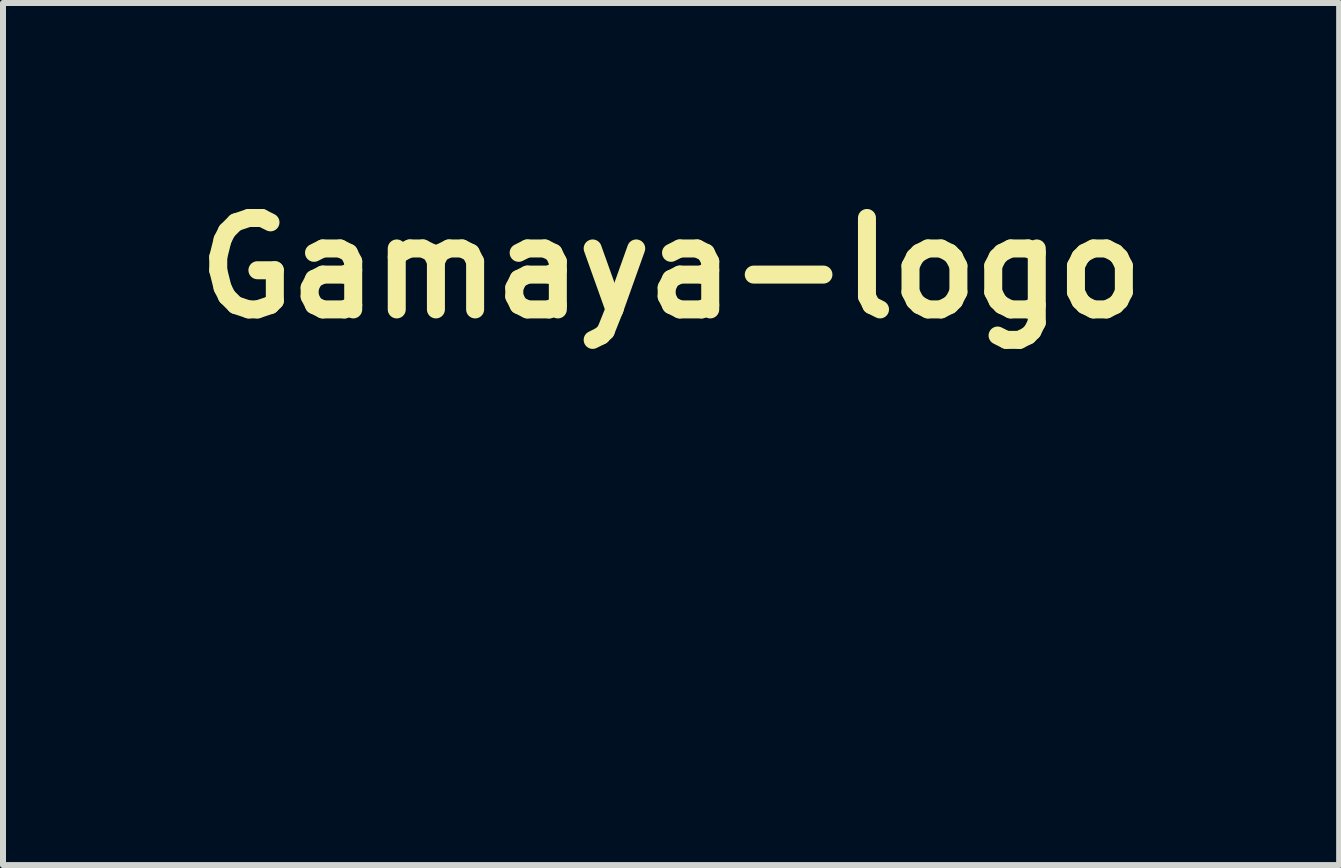
<source format=kicad_pcb>
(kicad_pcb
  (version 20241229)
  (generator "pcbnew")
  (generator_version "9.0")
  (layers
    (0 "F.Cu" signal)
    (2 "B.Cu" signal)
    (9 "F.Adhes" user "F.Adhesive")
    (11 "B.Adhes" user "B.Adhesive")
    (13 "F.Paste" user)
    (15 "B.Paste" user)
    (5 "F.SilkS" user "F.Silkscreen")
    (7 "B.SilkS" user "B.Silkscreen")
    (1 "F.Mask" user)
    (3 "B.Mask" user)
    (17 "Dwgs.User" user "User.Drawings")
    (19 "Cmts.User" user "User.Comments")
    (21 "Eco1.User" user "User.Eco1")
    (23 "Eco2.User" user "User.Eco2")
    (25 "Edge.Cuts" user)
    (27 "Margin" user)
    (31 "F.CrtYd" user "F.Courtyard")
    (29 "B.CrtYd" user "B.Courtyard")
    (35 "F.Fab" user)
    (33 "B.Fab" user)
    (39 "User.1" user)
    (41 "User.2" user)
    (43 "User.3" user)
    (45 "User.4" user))
  (footprint "Gamaya-logo"
    (layer "F.Cu")
    (at 8.185 5.418)
    (property "Reference" "Gamaya-logo" (at -0.05 -4 0) (layer "F.SilkS") (effects (font (size 1.524 1.524) (thickness 0.3))))
    (attr through_hole)
    (fp_poly (pts (xy -5.021 -2.942) (xy -5.025 -2.938) (xy -5.029 -2.942) (xy -5.025 -2.946) (xy -5.021 -2.942)) (stroke (width 0.01) (type solid)) (fill yes) (layer "F.Mask"))
    (fp_poly (pts (xy -5.021 2.942) (xy -5.025 2.946) (xy -5.029 2.942) (xy -5.025 2.938) (xy -5.021 2.942)) (stroke (width 0.01) (type solid)) (fill yes) (layer "F.Mask"))
    (fp_poly (pts (xy 5.029 -2.942) (xy 5.025 -2.938) (xy 5.021 -2.942) (xy 5.025 -2.946) (xy 5.029 -2.942)) (stroke (width 0.01) (type solid)) (fill yes) (layer "F.Mask"))
    (fp_poly (pts (xy -1.717 -0.952) (xy -1.694 -0.94) (xy -1.658 -0.921) (xy -1.612 -0.894) (xy -1.557 -0.862) (xy -1.494 -0.825) (xy -1.423 -0.784) (xy -1.348 -0.739) (xy -1.267 -0.691) (xy -1.246 -0.678) (xy -1.153 -0.622) (xy -1.055 -0.563) (xy -0.953 -0.503) (xy -0.852 -0.443) (xy -0.753 -0.384) (xy -0.659 -0.328) (xy -0.573 -0.277) (xy -0.497 -0.233) (xy -0.461 -0.212) (xy -0.393 -0.172) (xy -0.329 -0.134) (xy -0.27 -0.099) (xy -0.219 -0.068) (xy -0.176 -0.041) (xy -0.143 -0.021) (xy -0.123 -0.007) (xy -0.117 -0.002) (xy -0.104 0.01) (xy -0.094 0.021) (xy -0.086 0.035) (xy -0.08 0.051) (xy -0.075 0.072) (xy -0.072 0.1) (xy -0.07 0.137) (xy -0.069 0.184) (xy -0.068 0.243) (xy -0.068 0.316) (xy -0.068 0.374) (xy -0.068 0.457) (xy -0.068 0.524) (xy -0.069 0.577) (xy -0.07 0.618) (xy -0.072 0.648) (xy -0.075 0.669) (xy -0.078 0.683) (xy -0.083 0.691) (xy -0.089 0.694) (xy -0.093 0.694) (xy -0.103 0.691) (xy -0.121 0.681) (xy -0.13 0.677) (xy -0.149 0.666) (xy -0.18 0.647) (xy -0.223 0.62) (xy -0.276 0.587) (xy -0.336 0.548) (xy -0.404 0.505) (xy -0.476 0.458) (xy -0.553 0.409) (xy -0.632 0.358) (xy -0.712 0.306) (xy -0.791 0.254) (xy -0.869 0.204) (xy -0.943 0.156) (xy -1.011 0.11) (xy -1.074 0.069) (xy -1.128 0.033) (xy -1.174 0.003) (xy -1.208 -0.02) (xy -1.23 -0.036) (xy -1.232 -0.038) (xy -1.318 -0.107) (xy -1.394 -0.177) (xy -1.46 -0.25) (xy -1.518 -0.328) (xy -1.569 -0.414) (xy -1.615 -0.509) (xy -1.656 -0.616) (xy -1.695 -0.736) (xy -1.714 -0.805) (xy -1.729 -0.859) (xy -1.738 -0.899) (xy -1.743 -0.926) (xy -1.743 -0.944) (xy -1.739 -0.953) (xy -1.73 -0.957) (xy -1.727 -0.957) (xy -1.717 -0.952)) (stroke (width 0.01) (type solid)) (fill yes) (layer "F.Mask"))
    (fp_poly (pts (xy 1.737 -0.954) (xy 1.742 -0.946) (xy 1.743 -0.929) (xy 1.739 -0.902) (xy 1.73 -0.863) (xy 1.718 -0.819) (xy 1.68 -0.687) (xy 1.639 -0.57) (xy 1.594 -0.465) (xy 1.545 -0.373) (xy 1.491 -0.289) (xy 1.43 -0.214) (xy 1.385 -0.166) (xy 1.362 -0.143) (xy 1.335 -0.12) (xy 1.305 -0.094) (xy 1.269 -0.067) (xy 1.228 -0.036) (xy 1.179 -0.001) (xy 1.122 0.038) (xy 1.056 0.082) (xy 0.98 0.133) (xy 0.893 0.19) (xy 0.793 0.255) (xy 0.68 0.327) (xy 0.673 0.332) (xy 0.569 0.399) (xy 0.478 0.457) (xy 0.4 0.508) (xy 0.333 0.551) (xy 0.276 0.587) (xy 0.229 0.616) (xy 0.191 0.64) (xy 0.16 0.659) (xy 0.136 0.673) (xy 0.118 0.683) (xy 0.105 0.689) (xy 0.096 0.692) (xy 0.09 0.693) (xy 0.085 0.692) (xy 0.082 0.689) (xy 0.08 0.686) (xy 0.078 0.684) (xy 0.075 0.676) (xy 0.073 0.659) (xy 0.071 0.63) (xy 0.069 0.59) (xy 0.068 0.536) (xy 0.068 0.467) (xy 0.068 0.383) (xy 0.068 0.374) (xy 0.068 0.291) (xy 0.068 0.222) (xy 0.069 0.167) (xy 0.07 0.124) (xy 0.073 0.09) (xy 0.077 0.065) (xy 0.082 0.045) (xy 0.089 0.03) (xy 0.097 0.018) (xy 0.108 0.006) (xy 0.117 -0.002) (xy 0.129 -0.011) (xy 0.154 -0.027) (xy 0.19 -0.05) (xy 0.237 -0.078) (xy 0.291 -0.111) (xy 0.352 -0.148) (xy 0.418 -0.186) (xy 0.461 -0.212) (xy 0.53 -0.253) (xy 0.611 -0.3) (xy 0.701 -0.353) (xy 0.798 -0.411) (xy 0.898 -0.47) (xy 1 -0.531) (xy 1.1 -0.591) (xy 1.197 -0.649) (xy 1.247 -0.678) (xy 1.328 -0.727) (xy 1.405 -0.773) (xy 1.477 -0.815) (xy 1.542 -0.853) (xy 1.599 -0.887) (xy 1.648 -0.914) (xy 1.686 -0.936) (xy 1.712 -0.95) (xy 1.726 -0.956) (xy 1.727 -0.957) (xy 1.737 -0.954)) (stroke (width 0.01) (type solid)) (fill yes) (layer "F.Mask"))
    (fp_poly (pts (xy 2.014 -2.085) (xy 2.019 -2.065) (xy 2.017 -2.031) (xy 2.007 -1.983) (xy 2.002 -1.967) (xy 1.956 -1.806) (xy 1.906 -1.66) (xy 1.854 -1.528) (xy 1.797 -1.408) (xy 1.735 -1.299) (xy 1.667 -1.199) (xy 1.593 -1.106) (xy 1.52 -1.028) (xy 1.489 -0.997) (xy 1.457 -0.968) (xy 1.423 -0.939) (xy 1.387 -0.91) (xy 1.346 -0.88) (xy 1.301 -0.849) (xy 1.25 -0.816) (xy 1.191 -0.779) (xy 1.125 -0.739) (xy 1.049 -0.696) (xy 0.963 -0.647) (xy 0.865 -0.593) (xy 0.756 -0.532) (xy 0.633 -0.465) (xy 0.567 -0.43) (xy 0.502 -0.394) (xy 0.438 -0.359) (xy 0.377 -0.326) (xy 0.322 -0.296) (xy 0.275 -0.27) (xy 0.239 -0.25) (xy 0.224 -0.241) (xy 0.174 -0.214) (xy 0.136 -0.197) (xy 0.108 -0.189) (xy 0.089 -0.19) (xy 0.078 -0.196) (xy 0.076 -0.202) (xy 0.074 -0.216) (xy 0.072 -0.239) (xy 0.071 -0.272) (xy 0.069 -0.317) (xy 0.069 -0.373) (xy 0.068 -0.443) (xy 0.068 -0.528) (xy 0.068 -0.628) (xy 0.068 -0.634) (xy 0.068 -0.73) (xy 0.068 -0.811) (xy 0.068 -0.878) (xy 0.069 -0.932) (xy 0.069 -0.975) (xy 0.07 -1.009) (xy 0.071 -1.035) (xy 0.073 -1.055) (xy 0.075 -1.069) (xy 0.078 -1.081) (xy 0.082 -1.09) (xy 0.085 -1.098) (xy 0.102 -1.125) (xy 0.123 -1.15) (xy 0.129 -1.156) (xy 0.139 -1.162) (xy 0.164 -1.176) (xy 0.201 -1.195) (xy 0.25 -1.22) (xy 0.31 -1.251) (xy 0.379 -1.286) (xy 0.456 -1.325) (xy 0.54 -1.368) (xy 0.63 -1.413) (xy 0.726 -1.461) (xy 0.825 -1.511) (xy 0.926 -1.562) (xy 1.03 -1.613) (xy 1.133 -1.665) (xy 1.236 -1.716) (xy 1.337 -1.766) (xy 1.435 -1.815) (xy 1.529 -1.862) (xy 1.617 -1.905) (xy 1.699 -1.946) (xy 1.774 -1.983) (xy 1.84 -2.015) (xy 1.897 -2.042) (xy 1.942 -2.064) (xy 1.975 -2.08) (xy 1.996 -2.089) (xy 2.002 -2.091) (xy 2.014 -2.085)) (stroke (width 0.01) (type solid)) (fill yes) (layer "F.Mask"))
    (fp_poly (pts (xy -1.917 -2.056) (xy -1.914 -2.055) (xy -1.9 -2.05) (xy -1.872 -2.037) (xy -1.831 -2.018) (xy -1.778 -1.993) (xy -1.714 -1.962) (xy -1.64 -1.927) (xy -1.557 -1.886) (xy -1.466 -1.842) (xy -1.368 -1.794) (xy -1.264 -1.743) (xy -1.156 -1.689) (xy -1.043 -1.634) (xy -0.928 -1.576) (xy -0.811 -1.518) (xy -0.693 -1.46) (xy -0.575 -1.401) (xy -0.566 -1.396) (xy -0.47 -1.348) (xy -0.389 -1.307) (xy -0.32 -1.272) (xy -0.263 -1.242) (xy -0.216 -1.217) (xy -0.179 -1.196) (xy -0.15 -1.177) (xy -0.127 -1.161) (xy -0.111 -1.146) (xy -0.099 -1.133) (xy -0.09 -1.119) (xy -0.084 -1.104) (xy -0.079 -1.088) (xy -0.078 -1.085) (xy -0.075 -1.069) (xy -0.073 -1.038) (xy -0.071 -0.995) (xy -0.07 -0.942) (xy -0.069 -0.881) (xy -0.068 -0.813) (xy -0.067 -0.74) (xy -0.067 -0.665) (xy -0.067 -0.589) (xy -0.067 -0.515) (xy -0.068 -0.444) (xy -0.069 -0.378) (xy -0.07 -0.319) (xy -0.072 -0.27) (xy -0.074 -0.232) (xy -0.076 -0.207) (xy -0.078 -0.196) (xy -0.098 -0.187) (xy -0.126 -0.19) (xy -0.144 -0.197) (xy -0.158 -0.205) (xy -0.185 -0.22) (xy -0.219 -0.239) (xy -0.26 -0.261) (xy -0.288 -0.277) (xy -0.33 -0.3) (xy -0.384 -0.33) (xy -0.445 -0.363) (xy -0.509 -0.398) (xy -0.574 -0.433) (xy -0.618 -0.457) (xy -0.75 -0.529) (xy -0.869 -0.594) (xy -0.974 -0.653) (xy -1.068 -0.707) (xy -1.15 -0.756) (xy -1.223 -0.801) (xy -1.288 -0.843) (xy -1.345 -0.883) (xy -1.396 -0.921) (xy -1.441 -0.959) (xy -1.482 -0.996) (xy -1.521 -1.035) (xy -1.557 -1.075) (xy -1.592 -1.117) (xy -1.627 -1.163) (xy -1.642 -1.183) (xy -1.735 -1.322) (xy -1.817 -1.473) (xy -1.886 -1.633) (xy -1.926 -1.747) (xy -1.943 -1.801) (xy -1.957 -1.857) (xy -1.97 -1.909) (xy -1.979 -1.956) (xy -1.985 -1.995) (xy -1.987 -2.022) (xy -1.986 -2.03) (xy -1.973 -2.05) (xy -1.949 -2.059) (xy -1.917 -2.056)) (stroke (width 0.01) (type solid)) (fill yes) (layer "F.Mask"))
    (fp_poly (pts (xy 3.318 1.211) (xy 3.361 1.212) (xy 3.391 1.213) (xy 3.411 1.215) (xy 3.422 1.219) (xy 3.426 1.223) (xy 3.423 1.232) (xy 3.412 1.255) (xy 3.396 1.291) (xy 3.373 1.338) (xy 3.345 1.395) (xy 3.312 1.46) (xy 3.275 1.534) (xy 3.235 1.614) (xy 3.191 1.699) (xy 3.161 1.758) (xy 2.891 2.282) (xy 2.889 2.582) (xy 2.888 2.676) (xy 2.886 2.753) (xy 2.885 2.814) (xy 2.882 2.857) (xy 2.88 2.884) (xy 2.877 2.893) (xy 2.865 2.897) (xy 2.84 2.901) (xy 2.805 2.903) (xy 2.763 2.905) (xy 2.718 2.905) (xy 2.675 2.904) (xy 2.635 2.903) (xy 2.602 2.9) (xy 2.581 2.896) (xy 2.575 2.893) (xy 2.572 2.881) (xy 2.57 2.852) (xy 2.568 2.807) (xy 2.566 2.744) (xy 2.565 2.665) (xy 2.564 2.573) (xy 2.561 2.265) (xy 2.296 1.754) (xy 2.251 1.667) (xy 2.209 1.585) (xy 2.17 1.508) (xy 2.135 1.438) (xy 2.103 1.376) (xy 2.077 1.323) (xy 2.057 1.28) (xy 2.042 1.25) (xy 2.035 1.232) (xy 2.034 1.229) (xy 2.037 1.224) (xy 2.044 1.22) (xy 2.059 1.217) (xy 2.083 1.216) (xy 2.118 1.214) (xy 2.167 1.213) (xy 2.196 1.213) (xy 2.254 1.212) (xy 2.296 1.212) (xy 2.327 1.213) (xy 2.347 1.215) (xy 2.361 1.218) (xy 2.369 1.222) (xy 2.371 1.224) (xy 2.378 1.234) (xy 2.393 1.258) (xy 2.413 1.293) (xy 2.439 1.337) (xy 2.469 1.39) (xy 2.502 1.45) (xy 2.537 1.514) (xy 2.546 1.53) (xy 2.581 1.594) (xy 2.615 1.655) (xy 2.645 1.708) (xy 2.672 1.754) (xy 2.693 1.791) (xy 2.709 1.816) (xy 2.718 1.828) (xy 2.719 1.829) (xy 2.737 1.831) (xy 2.745 1.826) (xy 2.752 1.817) (xy 2.766 1.794) (xy 2.786 1.76) (xy 2.811 1.715) (xy 2.84 1.663) (xy 2.873 1.604) (xy 2.907 1.54) (xy 2.914 1.528) (xy 2.949 1.464) (xy 2.982 1.403) (xy 3.012 1.349) (xy 3.038 1.302) (xy 3.059 1.265) (xy 3.075 1.239) (xy 3.083 1.226) (xy 3.084 1.226) (xy 3.091 1.22) (xy 3.101 1.216) (xy 3.117 1.214) (xy 3.142 1.212) (xy 3.177 1.211) (xy 3.226 1.211) (xy 3.26 1.211) (xy 3.318 1.211)) (stroke (width 0.01) (type solid)) (fill yes) (layer "F.Mask"))
    (fp_poly (pts (xy -2.39 1.213) (xy -2.374 1.221) (xy -2.366 1.231) (xy -2.359 1.244) (xy -2.346 1.271) (xy -2.326 1.31) (xy -2.302 1.361) (xy -2.273 1.421) (xy -2.24 1.491) (xy -2.203 1.568) (xy -2.163 1.652) (xy -2.121 1.741) (xy -2.077 1.834) (xy -2.032 1.93) (xy -1.986 2.027) (xy -1.94 2.125) (xy -1.895 2.222) (xy -1.85 2.317) (xy -1.807 2.409) (xy -1.767 2.497) (xy -1.729 2.579) (xy -1.694 2.654) (xy -1.663 2.721) (xy -1.637 2.778) (xy -1.615 2.826) (xy -1.6 2.861) (xy -1.59 2.884) (xy -1.587 2.893) (xy -1.592 2.897) (xy -1.604 2.9) (xy -1.626 2.902) (xy -1.659 2.903) (xy -1.706 2.904) (xy -1.756 2.904) (xy -1.922 2.904) (xy -1.935 2.883) (xy -1.941 2.872) (xy -1.953 2.847) (xy -1.972 2.809) (xy -1.995 2.761) (xy -2.023 2.702) (xy -2.055 2.635) (xy -2.09 2.56) (xy -2.128 2.48) (xy -2.168 2.396) (xy -2.173 2.386) (xy -2.212 2.302) (xy -2.25 2.221) (xy -2.286 2.147) (xy -2.318 2.079) (xy -2.347 2.02) (xy -2.371 1.971) (xy -2.391 1.933) (xy -2.404 1.907) (xy -2.411 1.895) (xy -2.411 1.894) (xy -2.425 1.885) (xy -2.437 1.888) (xy -2.44 1.89) (xy -2.446 1.899) (xy -2.459 1.922) (xy -2.478 1.958) (xy -2.503 2.005) (xy -2.533 2.061) (xy -2.567 2.127) (xy -2.605 2.2) (xy -2.645 2.278) (xy -2.688 2.362) (xy -2.701 2.388) (xy -2.744 2.472) (xy -2.785 2.553) (xy -2.824 2.628) (xy -2.859 2.696) (xy -2.89 2.756) (xy -2.917 2.806) (xy -2.938 2.846) (xy -2.952 2.874) (xy -2.961 2.888) (xy -2.962 2.889) (xy -2.968 2.894) (xy -2.977 2.898) (xy -2.993 2.901) (xy -3.017 2.903) (xy -3.051 2.904) (xy -3.099 2.904) (xy -3.137 2.904) (xy -3.188 2.904) (xy -3.233 2.903) (xy -3.269 2.902) (xy -3.294 2.9) (xy -3.305 2.899) (xy -3.305 2.898) (xy -3.31 2.886) (xy -3.31 2.882) (xy -3.307 2.873) (xy -3.296 2.851) (xy -3.278 2.815) (xy -3.255 2.768) (xy -3.226 2.711) (xy -3.193 2.644) (xy -3.155 2.57) (xy -3.114 2.489) (xy -3.07 2.402) (xy -3.024 2.311) (xy -2.976 2.217) (xy -2.927 2.12) (xy -2.878 2.023) (xy -2.828 1.927) (xy -2.78 1.831) (xy -2.732 1.739) (xy -2.687 1.651) (xy -2.644 1.567) (xy -2.605 1.49) (xy -2.569 1.421) (xy -2.537 1.36) (xy -2.511 1.309) (xy -2.49 1.269) (xy -2.475 1.241) (xy -2.467 1.227) (xy -2.466 1.226) (xy -2.444 1.214) (xy -2.416 1.211) (xy -2.39 1.213)) (stroke (width 0.01) (type solid)) (fill yes) (layer "F.Mask"))
    (fp_poly (pts (xy 1.378 1.212) (xy 1.394 1.217) (xy 1.396 1.219) (xy 1.399 1.223) (xy 1.403 1.228) (xy 1.408 1.237) (xy 1.415 1.249) (xy 1.424 1.267) (xy 1.436 1.29) (xy 1.45 1.319) (xy 1.468 1.355) (xy 1.489 1.4) (xy 1.515 1.454) (xy 1.545 1.517) (xy 1.58 1.59) (xy 1.62 1.676) (xy 1.666 1.773) (xy 1.719 1.883) (xy 1.777 2.008) (xy 1.824 2.107) (xy 1.875 2.214) (xy 1.923 2.317) (xy 1.969 2.414) (xy 2.011 2.506) (xy 2.05 2.59) (xy 2.085 2.666) (xy 2.116 2.732) (xy 2.141 2.788) (xy 2.161 2.832) (xy 2.174 2.864) (xy 2.182 2.882) (xy 2.183 2.886) (xy 2.18 2.891) (xy 2.173 2.894) (xy 2.16 2.897) (xy 2.137 2.899) (xy 2.104 2.9) (xy 2.057 2.902) (xy 2.019 2.902) (xy 1.962 2.903) (xy 1.92 2.903) (xy 1.89 2.902) (xy 1.87 2.901) (xy 1.857 2.898) (xy 1.848 2.894) (xy 1.843 2.889) (xy 1.837 2.878) (xy 1.824 2.854) (xy 1.806 2.817) (xy 1.782 2.769) (xy 1.754 2.711) (xy 1.722 2.644) (xy 1.687 2.57) (xy 1.649 2.49) (xy 1.609 2.405) (xy 1.6 2.387) (xy 1.56 2.302) (xy 1.522 2.221) (xy 1.486 2.146) (xy 1.454 2.078) (xy 1.425 2.019) (xy 1.4 1.97) (xy 1.381 1.931) (xy 1.367 1.905) (xy 1.36 1.893) (xy 1.359 1.892) (xy 1.341 1.889) (xy 1.333 1.892) (xy 1.327 1.901) (xy 1.314 1.924) (xy 1.295 1.959) (xy 1.27 2.006) (xy 1.24 2.062) (xy 1.206 2.127) (xy 1.168 2.2) (xy 1.128 2.278) (xy 1.085 2.362) (xy 1.07 2.392) (xy 1.026 2.477) (xy 0.985 2.557) (xy 0.946 2.632) (xy 0.911 2.701) (xy 0.879 2.76) (xy 0.853 2.811) (xy 0.831 2.85) (xy 0.816 2.878) (xy 0.807 2.892) (xy 0.806 2.893) (xy 0.795 2.898) (xy 0.773 2.901) (xy 0.738 2.903) (xy 0.689 2.904) (xy 0.629 2.904) (xy 0.568 2.904) (xy 0.523 2.903) (xy 0.491 2.901) (xy 0.472 2.899) (xy 0.462 2.895) (xy 0.461 2.893) (xy 0.464 2.885) (xy 0.475 2.862) (xy 0.492 2.827) (xy 0.515 2.78) (xy 0.543 2.723) (xy 0.576 2.657) (xy 0.613 2.583) (xy 0.653 2.502) (xy 0.697 2.415) (xy 0.743 2.324) (xy 0.791 2.23) (xy 0.839 2.133) (xy 0.889 2.036) (xy 0.938 1.939) (xy 0.987 1.844) (xy 1.034 1.751) (xy 1.08 1.662) (xy 1.123 1.578) (xy 1.163 1.5) (xy 1.199 1.429) (xy 1.231 1.368) (xy 1.258 1.315) (xy 1.28 1.274) (xy 1.296 1.245) (xy 1.305 1.229) (xy 1.307 1.227) (xy 1.325 1.216) (xy 1.351 1.211) (xy 1.378 1.212)) (stroke (width 0.01) (type solid)) (fill yes) (layer "F.Mask"))
    (fp_poly (pts (xy 4.193 1.214) (xy 4.213 1.226) (xy 4.213 1.226) (xy 4.218 1.236) (xy 4.23 1.26) (xy 4.249 1.297) (xy 4.273 1.347) (xy 4.302 1.407) (xy 4.336 1.478) (xy 4.374 1.558) (xy 4.416 1.646) (xy 4.462 1.741) (xy 4.51 1.842) (xy 4.56 1.948) (xy 4.602 2.037) (xy 4.654 2.147) (xy 4.703 2.252) (xy 4.751 2.353) (xy 4.796 2.447) (xy 4.837 2.534) (xy 4.874 2.613) (xy 4.908 2.683) (xy 4.936 2.742) (xy 4.959 2.791) (xy 4.976 2.826) (xy 4.987 2.849) (xy 4.991 2.856) (xy 5.005 2.873) (xy 5.017 2.876) (xy 5.025 2.876) (xy 5.028 2.887) (xy 5.029 2.909) (xy 5.028 2.934) (xy 5.026 2.945) (xy 5.022 2.942) (xy 5.019 2.927) (xy 5.018 2.921) (xy 5.015 2.916) (xy 5.007 2.913) (xy 4.993 2.91) (xy 4.971 2.908) (xy 4.938 2.907) (xy 4.893 2.905) (xy 4.836 2.904) (xy 4.775 2.902) (xy 4.728 2.901) (xy 4.694 2.899) (xy 4.671 2.896) (xy 4.657 2.893) (xy 4.649 2.889) (xy 4.648 2.887) (xy 4.643 2.877) (xy 4.631 2.853) (xy 4.614 2.817) (xy 4.592 2.771) (xy 4.566 2.716) (xy 4.536 2.653) (xy 4.504 2.585) (xy 4.481 2.536) (xy 4.428 2.422) (xy 4.381 2.322) (xy 4.34 2.236) (xy 4.305 2.162) (xy 4.276 2.099) (xy 4.251 2.047) (xy 4.23 2.005) (xy 4.213 1.971) (xy 4.2 1.944) (xy 4.19 1.924) (xy 4.181 1.91) (xy 4.175 1.901) (xy 4.17 1.895) (xy 4.166 1.892) (xy 4.163 1.89) (xy 4.159 1.89) (xy 4.14 1.895) (xy 4.129 1.907) (xy 4.123 1.917) (xy 4.11 1.942) (xy 4.091 1.979) (xy 4.066 2.027) (xy 4.037 2.085) (xy 4.003 2.151) (xy 3.965 2.225) (xy 3.925 2.304) (xy 3.883 2.387) (xy 3.874 2.405) (xy 3.831 2.488) (xy 3.79 2.568) (xy 3.752 2.642) (xy 3.717 2.709) (xy 3.687 2.767) (xy 3.661 2.816) (xy 3.64 2.854) (xy 3.625 2.88) (xy 3.618 2.893) (xy 3.617 2.893) (xy 3.604 2.897) (xy 3.578 2.901) (xy 3.542 2.903) (xy 3.499 2.904) (xy 3.452 2.905) (xy 3.405 2.905) (xy 3.361 2.904) (xy 3.322 2.902) (xy 3.293 2.899) (xy 3.275 2.895) (xy 3.272 2.893) (xy 3.275 2.884) (xy 3.286 2.862) (xy 3.302 2.827) (xy 3.325 2.78) (xy 3.354 2.723) (xy 3.386 2.657) (xy 3.424 2.582) (xy 3.464 2.501) (xy 3.508 2.415) (xy 3.554 2.324) (xy 3.601 2.229) (xy 3.65 2.133) (xy 3.699 2.036) (xy 3.749 1.939) (xy 3.797 1.843) (xy 3.845 1.75) (xy 3.89 1.661) (xy 3.933 1.577) (xy 3.973 1.5) (xy 4.01 1.429) (xy 4.042 1.367) (xy 4.069 1.315) (xy 4.091 1.274) (xy 4.107 1.245) (xy 4.116 1.23) (xy 4.117 1.228) (xy 4.138 1.215) (xy 4.165 1.21) (xy 4.193 1.214)) (stroke (width 0.01) (type solid)) (fill yes) (layer "F.Mask"))
    (fp_poly (pts (xy -4.008 1.194) (xy -3.892 1.22) (xy -3.779 1.262) (xy -3.724 1.289) (xy -3.674 1.317) (xy -3.639 1.342) (xy -3.619 1.361) (xy -3.615 1.372) (xy -3.621 1.383) (xy -3.637 1.402) (xy -3.661 1.428) (xy -3.689 1.457) (xy -3.72 1.489) (xy -3.751 1.519) (xy -3.78 1.545) (xy -3.804 1.566) (xy -3.821 1.578) (xy -3.825 1.58) (xy -3.846 1.579) (xy -3.879 1.569) (xy -3.901 1.559) (xy -3.975 1.53) (xy -4.046 1.514) (xy -4.121 1.507) (xy -4.136 1.507) (xy -4.222 1.513) (xy -4.301 1.53) (xy -4.379 1.561) (xy -4.386 1.564) (xy -4.419 1.581) (xy -4.449 1.602) (xy -4.481 1.628) (xy -4.518 1.663) (xy -4.526 1.671) (xy -4.588 1.74) (xy -4.634 1.809) (xy -4.666 1.881) (xy -4.686 1.958) (xy -4.693 2.043) (xy -4.694 2.062) (xy -4.687 2.157) (xy -4.667 2.243) (xy -4.632 2.323) (xy -4.581 2.398) (xy -4.53 2.455) (xy -4.462 2.515) (xy -4.392 2.56) (xy -4.316 2.592) (xy -4.274 2.605) (xy -4.22 2.614) (xy -4.157 2.618) (xy -4.093 2.616) (xy -4.033 2.608) (xy -4.013 2.604) (xy -3.93 2.574) (xy -3.85 2.53) (xy -3.777 2.473) (xy -3.714 2.408) (xy -3.664 2.335) (xy -3.649 2.307) (xy -3.632 2.27) (xy -3.622 2.244) (xy -3.619 2.227) (xy -3.622 2.214) (xy -3.628 2.206) (xy -3.635 2.202) (xy -3.647 2.198) (xy -3.665 2.196) (xy -3.693 2.194) (xy -3.732 2.193) (xy -3.784 2.193) (xy -3.809 2.193) (xy -3.874 2.192) (xy -3.922 2.191) (xy -3.957 2.189) (xy -3.978 2.186) (xy -3.986 2.183) (xy -3.99 2.17) (xy -3.993 2.145) (xy -3.995 2.109) (xy -3.997 2.067) (xy -3.997 2.023) (xy -3.996 1.979) (xy -3.995 1.939) (xy -3.992 1.907) (xy -3.989 1.887) (xy -3.986 1.881) (xy -3.975 1.879) (xy -3.949 1.876) (xy -3.911 1.874) (xy -3.863 1.873) (xy -3.807 1.872) (xy -3.745 1.871) (xy -3.68 1.87) (xy -3.614 1.87) (xy -3.549 1.871) (xy -3.488 1.872) (xy -3.432 1.873) (xy -3.385 1.874) (xy -3.347 1.876) (xy -3.322 1.879) (xy -3.312 1.881) (xy -3.307 1.895) (xy -3.304 1.922) (xy -3.302 1.959) (xy -3.302 2.003) (xy -3.303 2.052) (xy -3.305 2.1) (xy -3.309 2.147) (xy -3.314 2.187) (xy -3.315 2.19) (xy -3.342 2.313) (xy -3.384 2.428) (xy -3.438 2.533) (xy -3.505 2.629) (xy -3.584 2.713) (xy -3.673 2.786) (xy -3.772 2.846) (xy -3.881 2.892) (xy -3.907 2.901) (xy -3.939 2.913) (xy -3.957 2.926) (xy -3.96 2.931) (xy -3.963 2.936) (xy -3.969 2.94) (xy -3.98 2.943) (xy -3.999 2.945) (xy -4.028 2.946) (xy -4.069 2.946) (xy -4.123 2.946) (xy -4.15 2.946) (xy -4.212 2.946) (xy -4.258 2.946) (xy -4.292 2.945) (xy -4.315 2.943) (xy -4.328 2.94) (xy -4.334 2.937) (xy -4.335 2.934) (xy -4.342 2.925) (xy -4.361 2.914) (xy -4.375 2.908) (xy -4.435 2.885) (xy -4.483 2.867) (xy -4.521 2.85) (xy -4.553 2.835) (xy -4.583 2.818) (xy -4.613 2.799) (xy -4.621 2.794) (xy -4.693 2.743) (xy -4.753 2.691) (xy -4.807 2.634) (xy -4.843 2.589) (xy -4.882 2.532) (xy -4.919 2.466) (xy -4.953 2.398) (xy -4.978 2.333) (xy -4.984 2.316) (xy -4.996 2.284) (xy -5.009 2.265) (xy -5.014 2.263) (xy -5.019 2.26) (xy -5.023 2.254) (xy -5.025 2.243) (xy -5.027 2.224) (xy -5.028 2.196) (xy -5.029 2.156) (xy -5.029 2.103) (xy -5.029 2.066) (xy -5.029 2.004) (xy -5.029 1.956) (xy -5.028 1.922) (xy -5.026 1.898) (xy -5.024 1.883) (xy -5.021 1.874) (xy -5.017 1.87) (xy -5.014 1.869) (xy -5.003 1.858) (xy -4.989 1.83) (xy -4.979 1.803) (xy -4.937 1.695) (xy -4.881 1.593) (xy -4.814 1.5) (xy -4.737 1.418) (xy -4.68 1.369) (xy -4.578 1.301) (xy -4.47 1.249) (xy -4.357 1.212) (xy -4.242 1.19) (xy -4.125 1.184) (xy -4.008 1.194)) (stroke (width 0.01) (type solid)) (fill yes) (layer "F.Mask"))
    (fp_poly (pts (xy -1.299 1.211) (xy -1.291 1.213) (xy -1.281 1.218) (xy -1.268 1.226) (xy -1.251 1.239) (xy -1.23 1.256) (xy -1.203 1.279) (xy -1.169 1.309) (xy -1.127 1.347) (xy -1.077 1.392) (xy -1.016 1.447) (xy -0.945 1.512) (xy -0.89 1.562) (xy -0.817 1.628) (xy -0.752 1.686) (xy -0.695 1.736) (xy -0.647 1.778) (xy -0.609 1.81) (xy -0.581 1.832) (xy -0.565 1.843) (xy -0.562 1.844) (xy -0.555 1.843) (xy -0.544 1.837) (xy -0.528 1.826) (xy -0.506 1.808) (xy -0.476 1.783) (xy -0.439 1.751) (xy -0.392 1.71) (xy -0.336 1.659) (xy -0.269 1.599) (xy -0.222 1.556) (xy -0.144 1.485) (xy -0.077 1.424) (xy -0.021 1.373) (xy 0.026 1.331) (xy 0.065 1.297) (xy 0.096 1.269) (xy 0.121 1.249) (xy 0.14 1.233) (xy 0.155 1.223) (xy 0.167 1.216) (xy 0.177 1.212) (xy 0.186 1.211) (xy 0.194 1.21) (xy 0.204 1.211) (xy 0.208 1.211) (xy 0.234 1.213) (xy 0.255 1.217) (xy 0.261 1.221) (xy 0.263 1.231) (xy 0.264 1.257) (xy 0.266 1.296) (xy 0.267 1.349) (xy 0.268 1.412) (xy 0.269 1.486) (xy 0.27 1.568) (xy 0.271 1.657) (xy 0.271 1.752) (xy 0.272 1.851) (xy 0.272 1.953) (xy 0.272 2.056) (xy 0.272 2.159) (xy 0.272 2.261) (xy 0.271 2.36) (xy 0.271 2.455) (xy 0.27 2.545) (xy 0.269 2.627) (xy 0.268 2.701) (xy 0.267 2.765) (xy 0.266 2.817) (xy 0.264 2.857) (xy 0.263 2.883) (xy 0.261 2.894) (xy 0.261 2.894) (xy 0.248 2.898) (xy 0.223 2.901) (xy 0.187 2.903) (xy 0.145 2.904) (xy 0.101 2.905) (xy 0.057 2.904) (xy 0.017 2.902) (xy -0.015 2.9) (xy -0.035 2.896) (xy -0.041 2.894) (xy -0.043 2.887) (xy -0.045 2.872) (xy -0.046 2.847) (xy -0.048 2.811) (xy -0.049 2.763) (xy -0.05 2.703) (xy -0.05 2.629) (xy -0.051 2.541) (xy -0.051 2.437) (xy -0.051 2.387) (xy -0.051 2.281) (xy -0.051 2.191) (xy -0.051 2.115) (xy -0.052 2.053) (xy -0.052 2.002) (xy -0.053 1.962) (xy -0.055 1.932) (xy -0.056 1.91) (xy -0.058 1.895) (xy -0.06 1.885) (xy -0.063 1.88) (xy -0.063 1.88) (xy -0.078 1.873) (xy -0.084 1.872) (xy -0.092 1.879) (xy -0.111 1.895) (xy -0.14 1.92) (xy -0.176 1.953) (xy -0.219 1.991) (xy -0.267 2.035) (xy -0.307 2.071) (xy -0.358 2.118) (xy -0.406 2.161) (xy -0.449 2.199) (xy -0.486 2.231) (xy -0.514 2.256) (xy -0.533 2.271) (xy -0.54 2.276) (xy -0.56 2.282) (xy -0.572 2.28) (xy -0.582 2.274) (xy -0.602 2.257) (xy -0.632 2.231) (xy -0.669 2.198) (xy -0.713 2.158) (xy -0.762 2.114) (xy -0.803 2.077) (xy -0.855 2.03) (xy -0.902 1.987) (xy -0.944 1.949) (xy -0.98 1.917) (xy -1.007 1.893) (xy -1.025 1.878) (xy -1.031 1.874) (xy -1.046 1.875) (xy -1.054 1.88) (xy -1.057 1.884) (xy -1.059 1.892) (xy -1.061 1.905) (xy -1.063 1.925) (xy -1.064 1.953) (xy -1.065 1.99) (xy -1.066 2.037) (xy -1.066 2.095) (xy -1.067 2.167) (xy -1.067 2.252) (xy -1.067 2.353) (xy -1.067 2.387) (xy -1.067 2.498) (xy -1.067 2.593) (xy -1.068 2.673) (xy -1.068 2.739) (xy -1.069 2.792) (xy -1.071 2.833) (xy -1.072 2.862) (xy -1.074 2.882) (xy -1.076 2.892) (xy -1.077 2.894) (xy -1.088 2.898) (xy -1.113 2.901) (xy -1.152 2.903) (xy -1.207 2.904) (xy -1.228 2.904) (xy -1.288 2.904) (xy -1.332 2.902) (xy -1.361 2.899) (xy -1.376 2.895) (xy -1.378 2.894) (xy -1.38 2.884) (xy -1.382 2.858) (xy -1.383 2.819) (xy -1.385 2.766) (xy -1.386 2.702) (xy -1.387 2.629) (xy -1.388 2.547) (xy -1.388 2.458) (xy -1.389 2.363) (xy -1.389 2.264) (xy -1.389 2.162) (xy -1.389 2.059) (xy -1.389 1.955) (xy -1.389 1.853) (xy -1.389 1.754) (xy -1.388 1.659) (xy -1.388 1.57) (xy -1.387 1.488) (xy -1.386 1.414) (xy -1.385 1.35) (xy -1.383 1.297) (xy -1.382 1.257) (xy -1.38 1.231) (xy -1.378 1.221) (xy -1.378 1.221) (xy -1.364 1.215) (xy -1.34 1.211) (xy -1.325 1.211) (xy -1.315 1.21) (xy -1.307 1.21) (xy -1.299 1.211)) (stroke (width 0.01) (type solid)) (fill yes) (layer "F.Mask"))
    (fp_poly (pts (xy 0.062 -2.946) (xy 0.112 -2.945) (xy 0.147 -2.943) (xy 0.168 -2.941) (xy 0.174 -2.938) (xy 0.176 -2.928) (xy 0.188 -2.917) (xy 0.199 -2.913) (xy 0.224 -2.903) (xy 0.264 -2.888) (xy 0.315 -2.869) (xy 0.379 -2.846) (xy 0.453 -2.819) (xy 0.536 -2.789) (xy 0.627 -2.756) (xy 0.726 -2.721) (xy 0.831 -2.683) (xy 0.94 -2.644) (xy 1.007 -2.62) (xy 1.119 -2.58) (xy 1.228 -2.542) (xy 1.331 -2.505) (xy 1.429 -2.47) (xy 1.519 -2.438) (xy 1.6 -2.408) (xy 1.672 -2.382) (xy 1.733 -2.36) (xy 1.783 -2.342) (xy 1.819 -2.329) (xy 1.841 -2.321) (xy 1.847 -2.319) (xy 1.877 -2.302) (xy 1.904 -2.28) (xy 1.926 -2.257) (xy 1.938 -2.236) (xy 1.939 -2.23) (xy 1.938 -2.223) (xy 1.935 -2.216) (xy 1.929 -2.208) (xy 1.918 -2.199) (xy 1.904 -2.188) (xy 1.883 -2.176) (xy 1.856 -2.16) (xy 1.822 -2.142) (xy 1.78 -2.12) (xy 1.729 -2.095) (xy 1.668 -2.065) (xy 1.597 -2.031) (xy 1.514 -1.992) (xy 1.419 -1.947) (xy 1.311 -1.896) (xy 1.189 -1.839) (xy 1.079 -1.787) (xy 0.968 -1.735) (xy 0.861 -1.685) (xy 0.758 -1.637) (xy 0.661 -1.592) (xy 0.571 -1.55) (xy 0.489 -1.512) (xy 0.416 -1.478) (xy 0.352 -1.449) (xy 0.3 -1.426) (xy 0.261 -1.408) (xy 0.234 -1.396) (xy 0.224 -1.392) (xy 0.148 -1.371) (xy 0.063 -1.359) (xy -0.026 -1.357) (xy -0.114 -1.364) (xy -0.151 -1.371) (xy -0.189 -1.38) (xy -0.207 -1.386) (xy -0.225 -1.393) (xy -0.256 -1.406) (xy -0.3 -1.425) (xy -0.355 -1.45) (xy -0.42 -1.48) (xy -0.493 -1.514) (xy -0.574 -1.551) (xy -0.661 -1.592) (xy -0.753 -1.635) (xy -0.849 -1.68) (xy -0.947 -1.726) (xy -1.047 -1.773) (xy -1.147 -1.82) (xy -1.246 -1.867) (xy -1.342 -1.913) (xy -1.435 -1.957) (xy -1.523 -1.999) (xy -1.606 -2.039) (xy -1.681 -2.075) (xy -1.747 -2.107) (xy -1.804 -2.135) (xy -1.85 -2.158) (xy -1.885 -2.175) (xy -1.905 -2.187) (xy -1.911 -2.19) (xy -1.928 -2.209) (xy -1.938 -2.225) (xy -1.939 -2.229) (xy -1.932 -2.25) (xy -1.912 -2.273) (xy -1.883 -2.297) (xy -1.849 -2.317) (xy -1.835 -2.323) (xy -1.82 -2.329) (xy -1.789 -2.34) (xy -1.746 -2.356) (xy -1.689 -2.376) (xy -1.647 -2.392) (xy -1.191 -2.392) (xy -1.189 -2.379) (xy -1.182 -2.367) (xy -1.172 -2.354) (xy -1.158 -2.345) (xy -1.138 -2.34) (xy -1.106 -2.335) (xy -1.084 -2.333) (xy -1.054 -2.33) (xy -1.01 -2.325) (xy -0.957 -2.318) (xy -0.896 -2.309) (xy -0.831 -2.3) (xy -0.766 -2.291) (xy -0.703 -2.281) (xy -0.646 -2.272) (xy -0.622 -2.269) (xy -0.536 -2.253) (xy -0.449 -2.234) (xy -0.365 -2.212) (xy -0.287 -2.19) (xy -0.218 -2.167) (xy -0.159 -2.143) (xy -0.115 -2.121) (xy -0.114 -2.121) (xy -0.031 -2.068) (xy 0.041 -2.011) (xy 0.104 -1.948) (xy 0.163 -1.875) (xy 0.204 -1.815) (xy 0.233 -1.773) (xy 0.259 -1.742) (xy 0.279 -1.724) (xy 0.283 -1.721) (xy 0.319 -1.709) (xy 0.365 -1.702) (xy 0.413 -1.701) (xy 0.457 -1.707) (xy 0.491 -1.718) (xy 0.502 -1.725) (xy 0.512 -1.732) (xy 0.519 -1.742) (xy 0.524 -1.756) (xy 0.528 -1.775) (xy 0.531 -1.802) (xy 0.532 -1.839) (xy 0.532 -1.886) (xy 0.531 -1.946) (xy 0.53 -2.021) (xy 0.529 -2.055) (xy 0.528 -2.124) (xy 0.526 -2.189) (xy 0.524 -2.247) (xy 0.522 -2.296) (xy 0.519 -2.334) (xy 0.517 -2.359) (xy 0.516 -2.367) (xy 0.503 -2.392) (xy 0.487 -2.413) (xy 0.478 -2.42) (xy 0.465 -2.426) (xy 0.447 -2.431) (xy 0.422 -2.435) (xy 0.391 -2.438) (xy 0.351 -2.441) (xy 0.301 -2.443) (xy 0.24 -2.445) (xy 0.166 -2.446) (xy 0.079 -2.447) (xy -0.022 -2.448) (xy -0.127 -2.448) (xy -0.223 -2.448) (xy -0.323 -2.449) (xy -0.426 -2.449) (xy -0.528 -2.449) (xy -0.625 -2.45) (xy -0.713 -2.45) (xy -0.79 -2.45) (xy -0.826 -2.45) (xy -0.909 -2.45) (xy -0.978 -2.45) (xy -1.033 -2.449) (xy -1.077 -2.447) (xy -1.11 -2.444) (xy -1.135 -2.44) (xy -1.153 -2.434) (xy -1.166 -2.426) (xy -1.176 -2.417) (xy -1.182 -2.408) (xy -1.191 -2.392) (xy -1.647 -2.392) (xy -1.622 -2.401) (xy -1.544 -2.429) (xy -1.458 -2.46) (xy -1.364 -2.493) (xy -1.263 -2.529) (xy -1.157 -2.567) (xy -1.046 -2.606) (xy -0.996 -2.624) (xy -0.884 -2.664) (xy -0.778 -2.702) (xy -0.676 -2.738) (xy -0.581 -2.773) (xy -0.494 -2.804) (xy -0.415 -2.832) (xy -0.347 -2.858) (xy -0.289 -2.879) (xy -0.243 -2.896) (xy -0.211 -2.908) (xy -0.192 -2.915) (xy -0.189 -2.917) (xy -0.176 -2.929) (xy -0.174 -2.938) (xy -0.167 -2.941) (xy -0.145 -2.943) (xy -0.108 -2.945) (xy -0.058 -2.946) (xy 0 -2.946) (xy 0.062 -2.946)) (stroke (width 0.01) (type solid)) (fill yes) (layer "F.Mask")))
  (gr_rect
    (start -3 -3)
    (end 19.271 11.369)
    (stroke (width 0.1) (type default))
    (fill no)
    (layer "Edge.Cuts")))
</source>
